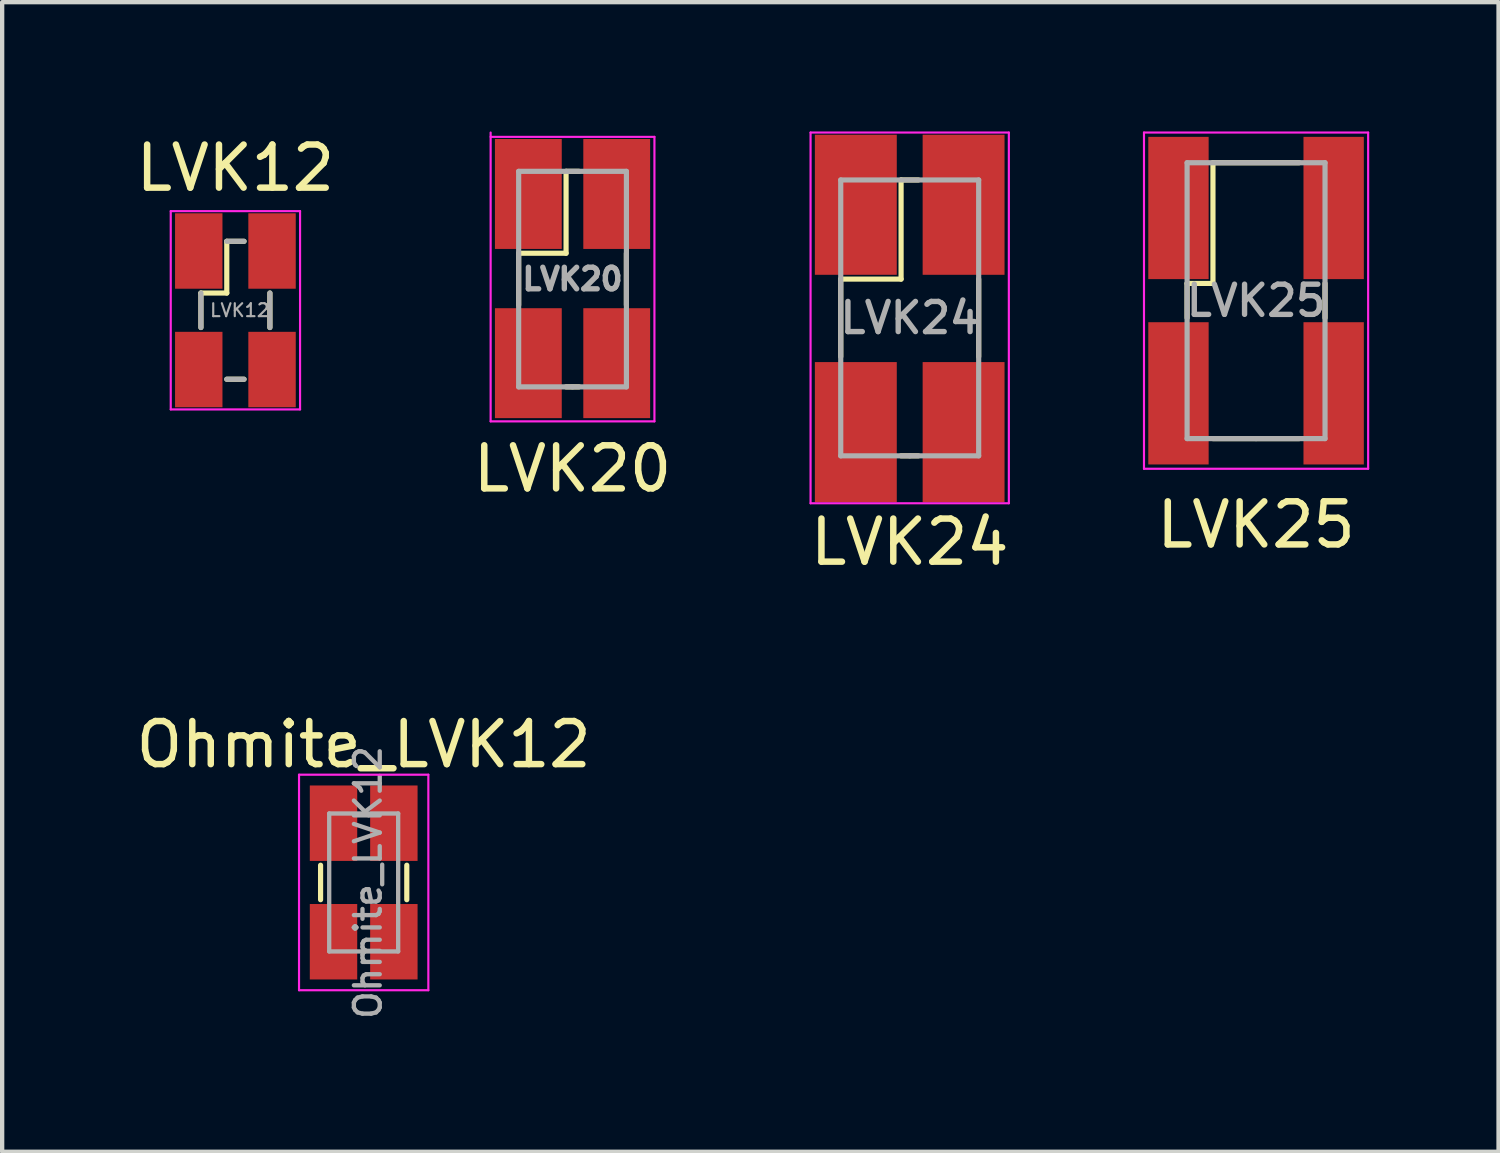
<source format=kicad_pcb>
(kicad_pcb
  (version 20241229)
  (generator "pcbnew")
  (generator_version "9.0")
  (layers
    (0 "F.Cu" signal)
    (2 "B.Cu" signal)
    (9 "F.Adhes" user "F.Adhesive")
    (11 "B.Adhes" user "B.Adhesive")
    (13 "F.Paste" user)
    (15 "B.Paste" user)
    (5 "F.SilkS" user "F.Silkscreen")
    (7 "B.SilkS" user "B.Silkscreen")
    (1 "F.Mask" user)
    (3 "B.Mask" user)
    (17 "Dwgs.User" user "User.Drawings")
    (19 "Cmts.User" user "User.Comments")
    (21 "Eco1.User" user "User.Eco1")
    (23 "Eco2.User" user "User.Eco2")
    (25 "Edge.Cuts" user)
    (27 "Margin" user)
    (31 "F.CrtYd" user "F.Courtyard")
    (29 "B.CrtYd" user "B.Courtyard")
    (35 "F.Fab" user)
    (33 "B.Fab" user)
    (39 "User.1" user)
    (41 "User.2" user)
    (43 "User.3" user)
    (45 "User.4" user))
  (footprint "LVK20"
    (layer "F.Cu")
    (at 10.232 3.425)
    (property "Reference" "LVK20" (at 0 4.4 0) (layer "F.SilkS") (effects (font (size 1 1) (thickness 0.15))))
    (attr smd)
    (fp_line (start -1.25 0.6) (end -1.25 -0.6) (stroke (width 0.12) (type solid)) (layer "F.SilkS"))
    (fp_line (start -0.15 -2.5) (end -0.15 -0.6) (stroke (width 0.12) (type solid)) (layer "F.SilkS"))
    (fp_line (start -0.15 -0.6) (end -1.25 -0.6) (stroke (width 0.12) (type solid)) (layer "F.SilkS"))
    (fp_line (start 0.15 -2.5) (end -0.15 -2.5) (stroke (width 0.12) (type solid)) (layer "F.SilkS"))
    (fp_line (start 0.15 2.5) (end -0.15 2.5) (stroke (width 0.12) (type solid)) (layer "F.SilkS"))
    (fp_line (start 1.25 -0.6) (end 1.25 0.6) (stroke (width 0.12) (type solid)) (layer "F.SilkS"))
    (fp_line (start -1.9 -3.3) (end 1.9 -3.3) (stroke (width 0.05) (type solid)) (layer "F.CrtYd"))
    (fp_line (start -1.9 3.3) (end -1.9 -3.4) (stroke (width 0.05) (type solid)) (layer "F.CrtYd"))
    (fp_line (start 1.9 -3.3) (end 1.9 3.3) (stroke (width 0.05) (type solid)) (layer "F.CrtYd"))
    (fp_line (start 1.9 3.3) (end -1.9 3.3) (stroke (width 0.05) (type solid)) (layer "F.CrtYd"))
    (fp_line (start -1.25 -2.5) (end 1.25 -2.5) (stroke (width 0.12) (type solid)) (layer "F.Fab"))
    (fp_line (start -1.25 2.5) (end -1.25 -2.5) (stroke (width 0.12) (type solid)) (layer "F.Fab"))
    (fp_line (start 0 2.5) (end -1.25 2.5) (stroke (width 0.12) (type solid)) (layer "F.Fab"))
    (fp_line (start 1.25 -2.5) (end 1.25 2.5) (stroke (width 0.12) (type solid)) (layer "F.Fab"))
    (fp_line (start 1.25 2.5) (end 0 2.5) (stroke (width 0.12) (type solid)) (layer "F.Fab"))
    (fp_text user "${REFERENCE}" (at 0 0 0) (layer "F.Fab") (effects (font (size 0.5 0.5) (thickness 0.125))))
    (pad "1" smd rect (at -1.025 -1.975) (size 1.55 2.55) (layers "F.Cu" "F.Mask" "F.Paste"))
    (pad "2" smd rect (at 1.025 -1.975) (size 1.55 2.55) (layers "F.Cu" "F.Mask" "F.Paste"))
    (pad "3" smd rect (at -1.025 1.95) (size 1.55 2.55) (layers "F.Cu" "F.Mask" "F.Paste"))
    (pad "4" smd rect (at 1.025 1.95) (size 1.55 2.55) (layers "F.Cu" "F.Mask" "F.Paste")))
  (footprint "Ohmite_LVK12"
    (layer "F.Cu")
    (at 5.387 17.422)
    (property "Reference" "Ohmite_LVK12" (at 0 -3.2 180) (layer "F.SilkS") (effects (font (size 1 1) (thickness 0.15))))
    (attr smd)
    (fp_line (start -1 0.4) (end -1 -0.4) (stroke (width 0.12) (type solid)) (layer "F.SilkS"))
    (fp_line (start 1 -0.4) (end 1 0.4) (stroke (width 0.12) (type solid)) (layer "F.SilkS"))
    (fp_line (start -1.5 -2.5) (end 1.5 -2.5) (stroke (width 0.05) (type solid)) (layer "F.CrtYd"))
    (fp_line (start -1.5 2.5) (end -1.5 -2.5) (stroke (width 0.05) (type solid)) (layer "F.CrtYd"))
    (fp_line (start 1.5 -2.5) (end 1.5 2.5) (stroke (width 0.05) (type solid)) (layer "F.CrtYd"))
    (fp_line (start 1.5 2.5) (end -1.5 2.5) (stroke (width 0.05) (type solid)) (layer "F.CrtYd"))
    (fp_line (start -0.8 -1.6) (end -0.8 1.6) (stroke (width 0.1) (type solid)) (layer "F.Fab"))
    (fp_line (start -0.8 1.6) (end 0.8 1.6) (stroke (width 0.1) (type solid)) (layer "F.Fab"))
    (fp_line (start 0.8 -1.6) (end -0.8 -1.6) (stroke (width 0.1) (type solid)) (layer "F.Fab"))
    (fp_line (start 0.8 1.6) (end 0.8 -1.6) (stroke (width 0.1) (type solid)) (layer "F.Fab"))
    (fp_text user "${REFERENCE}" (at 0.1 0 90) (layer "F.Fab") (effects (font (size 0.6 0.6) (thickness 0.1))))
    (pad "1" smd rect (at -0.7 -1.375) (size 1.1 1.75) (layers "F.Cu" "F.Mask" "F.Paste"))
    (pad "2" smd rect (at 0.7 -1.375) (size 1.1 1.75) (layers "F.Cu" "F.Mask" "F.Paste"))
    (pad "3" smd rect (at -0.7 1.375) (size 1.1 1.75) (layers "F.Cu" "F.Mask" "F.Paste"))
    (pad "4" smd rect (at 0.7 1.375) (size 1.1 1.75) (layers "F.Cu" "F.Mask" "F.Paste")))
  (footprint "LVK24"
    (layer "F.Cu")
    (at 18.054 4.325)
    (property "Reference" "LVK24" (at 0 5.2 0) (layer "F.SilkS") (effects (font (size 1 1) (thickness 0.15))))
    (attr smd)
    (fp_line (start -1.6 0.9) (end -1.6 -0.9) (stroke (width 0.12) (type solid)) (layer "F.SilkS"))
    (fp_line (start -0.2 -3.2) (end -0.2 -0.9) (stroke (width 0.12) (type solid)) (layer "F.SilkS"))
    (fp_line (start -0.2 -0.9) (end -1.6 -0.9) (stroke (width 0.12) (type solid)) (layer "F.SilkS"))
    (fp_line (start 0.2 -3.2) (end -0.2 -3.2) (stroke (width 0.12) (type solid)) (layer "F.SilkS"))
    (fp_line (start 0.2 3.2) (end -0.2 3.2) (stroke (width 0.12) (type solid)) (layer "F.SilkS"))
    (fp_line (start 1.6 -0.9) (end 1.6 0.9) (stroke (width 0.12) (type solid)) (layer "F.SilkS"))
    (fp_line (start -2.3 -4.3) (end 2.3 -4.3) (stroke (width 0.05) (type solid)) (layer "F.CrtYd"))
    (fp_line (start -2.3 4.3) (end -2.3 -4.3) (stroke (width 0.05) (type solid)) (layer "F.CrtYd"))
    (fp_line (start 2.3 -4.3) (end 2.3 4.3) (stroke (width 0.05) (type solid)) (layer "F.CrtYd"))
    (fp_line (start 2.3 4.3) (end -2.3 4.3) (stroke (width 0.05) (type solid)) (layer "F.CrtYd"))
    (fp_line (start -1.6 -3.2) (end 1.6 -3.2) (stroke (width 0.12) (type solid)) (layer "F.Fab"))
    (fp_line (start -1.6 3.2) (end -1.6 -3.2) (stroke (width 0.12) (type solid)) (layer "F.Fab"))
    (fp_line (start 0 3.2) (end -1.6 3.2) (stroke (width 0.12) (type solid)) (layer "F.Fab"))
    (fp_line (start 1.6 -3.2) (end 1.6 3.2) (stroke (width 0.12) (type solid)) (layer "F.Fab"))
    (fp_line (start 1.6 3.2) (end 0 3.2) (stroke (width 0.12) (type solid)) (layer "F.Fab"))
    (fp_text user "${REFERENCE}" (at 0 0 0) (layer "F.Fab") (effects (font (size 0.7 0.7) (thickness 0.125))))
    (pad "1" smd rect (at -1.25 -2.625) (size 1.9 3.25) (layers "F.Cu" "F.Mask" "F.Paste"))
    (pad "2" smd rect (at 1.25 -2.625) (size 1.9 3.25) (layers "F.Cu" "F.Mask" "F.Paste"))
    (pad "3" smd rect (at -1.25 2.65) (size 1.9 3.25) (layers "F.Cu" "F.Mask" "F.Paste"))
    (pad "4" smd rect (at 1.25 2.65) (size 1.9 3.25) (layers "F.Cu" "F.Mask" "F.Paste")))
  (footprint "LVK25"
    (layer "F.Cu")
    (at 26.089 3.925)
    (property "Reference" "LVK25" (at 0 5.2 0) (layer "F.SilkS") (effects (font (size 1 1) (thickness 0.15))))
    (attr smd)
    (fp_line (start -1.6 0.4) (end -1.6 -0.4) (stroke (width 0.12) (type solid)) (layer "F.SilkS"))
    (fp_line (start -1 -3.2) (end -1 -0.4) (stroke (width 0.12) (type solid)) (layer "F.SilkS"))
    (fp_line (start -1 -0.4) (end -1.6 -0.4) (stroke (width 0.12) (type solid)) (layer "F.SilkS"))
    (fp_line (start 1 -3.2) (end -1 -3.2) (stroke (width 0.12) (type solid)) (layer "F.SilkS"))
    (fp_line (start 1 3.2) (end -1 3.2) (stroke (width 0.12) (type solid)) (layer "F.SilkS"))
    (fp_line (start 1.6 -0.4) (end 1.6 0.4) (stroke (width 0.12) (type solid)) (layer "F.SilkS"))
    (fp_line (start -2.6 -3.9) (end 2.6 -3.9) (stroke (width 0.05) (type solid)) (layer "F.CrtYd"))
    (fp_line (start -2.6 3.9) (end -2.6 -3.9) (stroke (width 0.05) (type solid)) (layer "F.CrtYd"))
    (fp_line (start 2.6 -3.9) (end 2.6 3.9) (stroke (width 0.05) (type solid)) (layer "F.CrtYd"))
    (fp_line (start 2.6 3.9) (end -2.6 3.9) (stroke (width 0.05) (type solid)) (layer "F.CrtYd"))
    (fp_line (start -1.6 -3.2) (end 1.6 -3.2) (stroke (width 0.12) (type solid)) (layer "F.Fab"))
    (fp_line (start -1.6 3.2) (end -1.6 -3.2) (stroke (width 0.12) (type solid)) (layer "F.Fab"))
    (fp_line (start 0 3.2) (end -1.6 3.2) (stroke (width 0.12) (type solid)) (layer "F.Fab"))
    (fp_line (start 1.6 -3.2) (end 1.6 3.2) (stroke (width 0.12) (type solid)) (layer "F.Fab"))
    (fp_line (start 1.6 3.2) (end 0 3.2) (stroke (width 0.12) (type solid)) (layer "F.Fab"))
    (fp_text user "${REFERENCE}" (at 0 0 0) (layer "F.Fab") (effects (font (size 0.7 0.7) (thickness 0.125))))
    (pad "1" smd rect (at -1.8 -2.15) (size 1.4 3.3) (layers "F.Cu" "F.Mask" "F.Paste"))
    (pad "2" smd rect (at -1.8 2.15) (size 1.4 3.3) (layers "F.Cu" "F.Mask" "F.Paste"))
    (pad "3" smd rect (at 1.8 -2.15) (size 1.4 3.3) (layers "F.Cu" "F.Mask" "F.Paste"))
    (pad "4" smd rect (at 1.8 2.15) (size 1.4 3.3) (layers "F.Cu" "F.Mask" "F.Paste")))
  (footprint "LVK12"
    (layer "F.Cu")
    (at 2.411 4.148)
    (property "Reference" "LVK12" (at 0 -3.3 0) (layer "F.SilkS") (effects (font (size 1 1) (thickness 0.15))))
    (attr smd)
    (fp_line (start -0.8 -0.4) (end -0.2 -0.4) (stroke (width 0.12) (type solid)) (layer "F.SilkS"))
    (fp_line (start -0.8 0.4) (end -0.8 -0.4) (stroke (width 0.12) (type solid)) (layer "F.SilkS"))
    (fp_line (start -0.2 -1.6) (end 0.2 -1.6) (stroke (width 0.12) (type solid)) (layer "F.SilkS"))
    (fp_line (start -0.2 -0.4) (end -0.2 -1.6) (stroke (width 0.12) (type solid)) (layer "F.SilkS"))
    (fp_line (start 0.2 1.6) (end -0.2 1.6) (stroke (width 0.12) (type solid)) (layer "F.SilkS"))
    (fp_line (start 0.8 -0.4) (end 0.8 0.4) (stroke (width 0.12) (type solid)) (layer "F.SilkS"))
    (fp_line (start -1.5 -2.3) (end 1.5 -2.3) (stroke (width 0.05) (type solid)) (layer "F.CrtYd"))
    (fp_line (start -1.5 2.3) (end -1.5 -2.3) (stroke (width 0.05) (type solid)) (layer "F.CrtYd"))
    (fp_line (start 1.5 -2.3) (end 1.5 2.3) (stroke (width 0.05) (type solid)) (layer "F.CrtYd"))
    (fp_line (start 1.5 2.3) (end -1.5 2.3) (stroke (width 0.05) (type solid)) (layer "F.CrtYd"))
    (fp_line (start -0.8 -0.4) (end -0.8 0.4) (stroke (width 0.12) (type solid)) (layer "F.Fab"))
    (fp_line (start -0.2 1.6) (end 0.2 1.6) (stroke (width 0.12) (type solid)) (layer "F.Fab"))
    (fp_line (start 0.2 -1.6) (end -0.2 -1.6) (stroke (width 0.12) (type solid)) (layer "F.Fab"))
    (fp_line (start 0.8 0.4) (end 0.8 -0.4) (stroke (width 0.12) (type solid)) (layer "F.Fab"))
    (fp_text user "${REFERENCE}" (at 0.1 0 0) (layer "F.Fab") (effects (font (size 0.3 0.3) (thickness 0.05))))
    (pad "1" smd rect (at -0.85 -1.375) (size 1.1 1.75) (layers "F.Cu" "F.Mask" "F.Paste"))
    (pad "2" smd rect (at 0.85 -1.375) (size 1.1 1.75) (layers "F.Cu" "F.Mask" "F.Paste"))
    (pad "3" smd rect (at -0.85 1.375) (size 1.1 1.75) (layers "F.Cu" "F.Mask" "F.Paste"))
    (pad "4" smd rect (at 0.85 1.375) (size 1.1 1.75) (layers "F.Cu" "F.Mask" "F.Paste")))
  (gr_rect
    (start -3 -3)
    (end 31.714 23.669)
    (stroke (width 0.1) (type default))
    (fill no)
    (layer "Edge.Cuts")))
</source>
